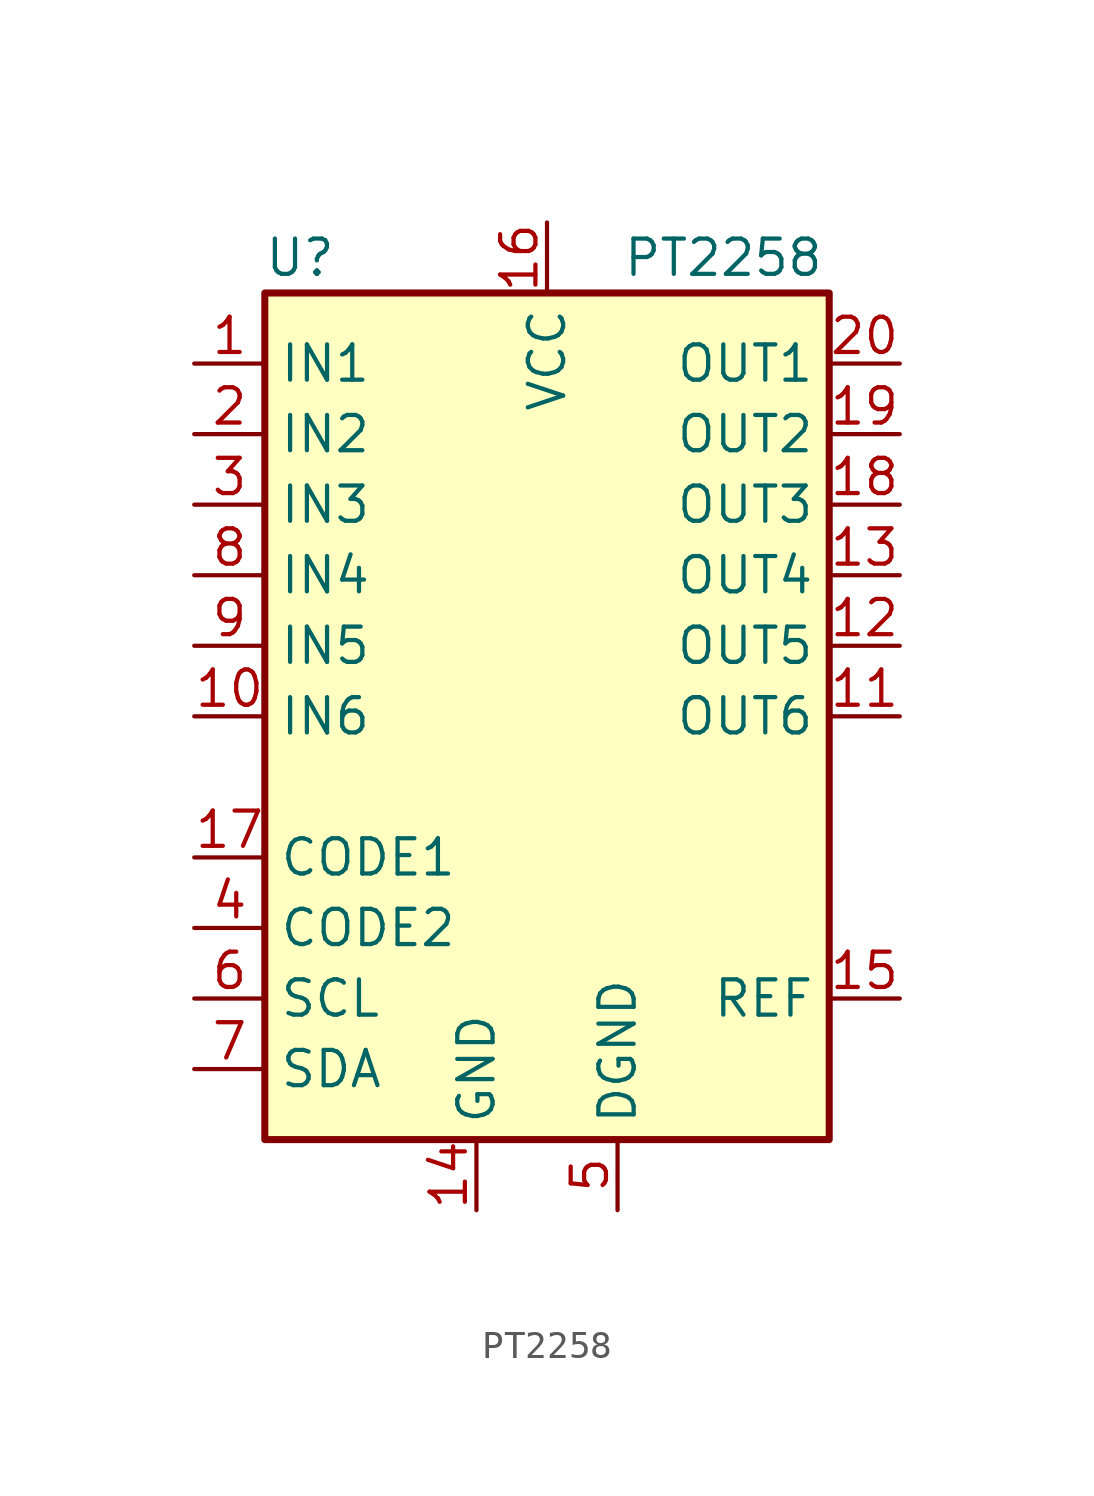
<source format=kicad_sym>
(kicad_symbol_lib
  (version 20220914)
  (generator kicad_symbol_editor)
  (symbol "PT2258"
    (property "Reference" "U"
      (at -8.89 16.51 0)
      (effects (font (size 1.27 1.27))))
    (property "Value" "PT2258"
      (at 6.35 16.51 0)
      (effects (font (size 1.27 1.27))))
    (symbol "PT2258_0_1"
      (rectangle (start -10.16 15.24) (end 10.16 -15.24) (stroke (width 0.254) (type solid)) (fill (type background))))
    (symbol "PT2258_1_1"
      (pin input line (at -12.7 12.7 0) (length 2.54) (name "IN1" (effects (font (size 1.27 1.27)))) (number "1" (effects (font (size 1.27 1.27)))))
      (pin input line (at -12.7 0 0) (length 2.54) (name "IN6" (effects (font (size 1.27 1.27)))) (number "10" (effects (font (size 1.27 1.27)))))
      (pin output line (at 12.7 0 180) (length 2.54) (name "OUT6" (effects (font (size 1.27 1.27)))) (number "11" (effects (font (size 1.27 1.27)))))
      (pin output line (at 12.7 2.54 180) (length 2.54) (name "OUT5" (effects (font (size 1.27 1.27)))) (number "12" (effects (font (size 1.27 1.27)))))
      (pin output line (at 12.7 5.08 180) (length 2.54) (name "OUT4" (effects (font (size 1.27 1.27)))) (number "13" (effects (font (size 1.27 1.27)))))
      (pin power_in line (at -2.54 -17.78 90) (length 2.54) (name "GND" (effects (font (size 1.27 1.27)))) (number "14" (effects (font (size 1.27 1.27)))))
      (pin output line (at 12.7 -10.16 180) (length 2.54) (name "REF" (effects (font (size 1.27 1.27)))) (number "15" (effects (font (size 1.27 1.27)))))
      (pin power_in line (at 0 17.78 270) (length 2.54) (name "VCC" (effects (font (size 1.27 1.27)))) (number "16" (effects (font (size 1.27 1.27)))))
      (pin input line (at -12.7 -5.08 0) (length 2.54) (name "CODE1" (effects (font (size 1.27 1.27)))) (number "17" (effects (font (size 1.27 1.27)))))
      (pin output line (at 12.7 7.62 180) (length 2.54) (name "OUT3" (effects (font (size 1.27 1.27)))) (number "18" (effects (font (size 1.27 1.27)))))
      (pin output line (at 12.7 10.16 180) (length 2.54) (name "OUT2" (effects (font (size 1.27 1.27)))) (number "19" (effects (font (size 1.27 1.27)))))
      (pin input line (at -12.7 10.16 0) (length 2.54) (name "IN2" (effects (font (size 1.27 1.27)))) (number "2" (effects (font (size 1.27 1.27)))))
      (pin output line (at 12.7 12.7 180) (length 2.54) (name "OUT1" (effects (font (size 1.27 1.27)))) (number "20" (effects (font (size 1.27 1.27)))))
      (pin input line (at -12.7 7.62 0) (length 2.54) (name "IN3" (effects (font (size 1.27 1.27)))) (number "3" (effects (font (size 1.27 1.27)))))
      (pin input line (at -12.7 -7.62 0) (length 2.54) (name "CODE2" (effects (font (size 1.27 1.27)))) (number "4" (effects (font (size 1.27 1.27)))))
      (pin power_in line (at 2.54 -17.78 90) (length 2.54) (name "DGND" (effects (font (size 1.27 1.27)))) (number "5" (effects (font (size 1.27 1.27)))))
      (pin bidirectional line (at -12.7 -10.16 0) (length 2.54) (name "SCL" (effects (font (size 1.27 1.27)))) (number "6" (effects (font (size 1.27 1.27)))))
      (pin bidirectional line (at -12.7 -12.7 0) (length 2.54) (name "SDA" (effects (font (size 1.27 1.27)))) (number "7" (effects (font (size 1.27 1.27)))))
      (pin input line (at -12.7 5.08 0) (length 2.54) (name "IN4" (effects (font (size 1.27 1.27)))) (number "8" (effects (font (size 1.27 1.27)))))
      (pin input line (at -12.7 2.54 0) (length 2.54) (name "IN5" (effects (font (size 1.27 1.27)))) (number "9" (effects (font (size 1.27 1.27))))))))
</source>
